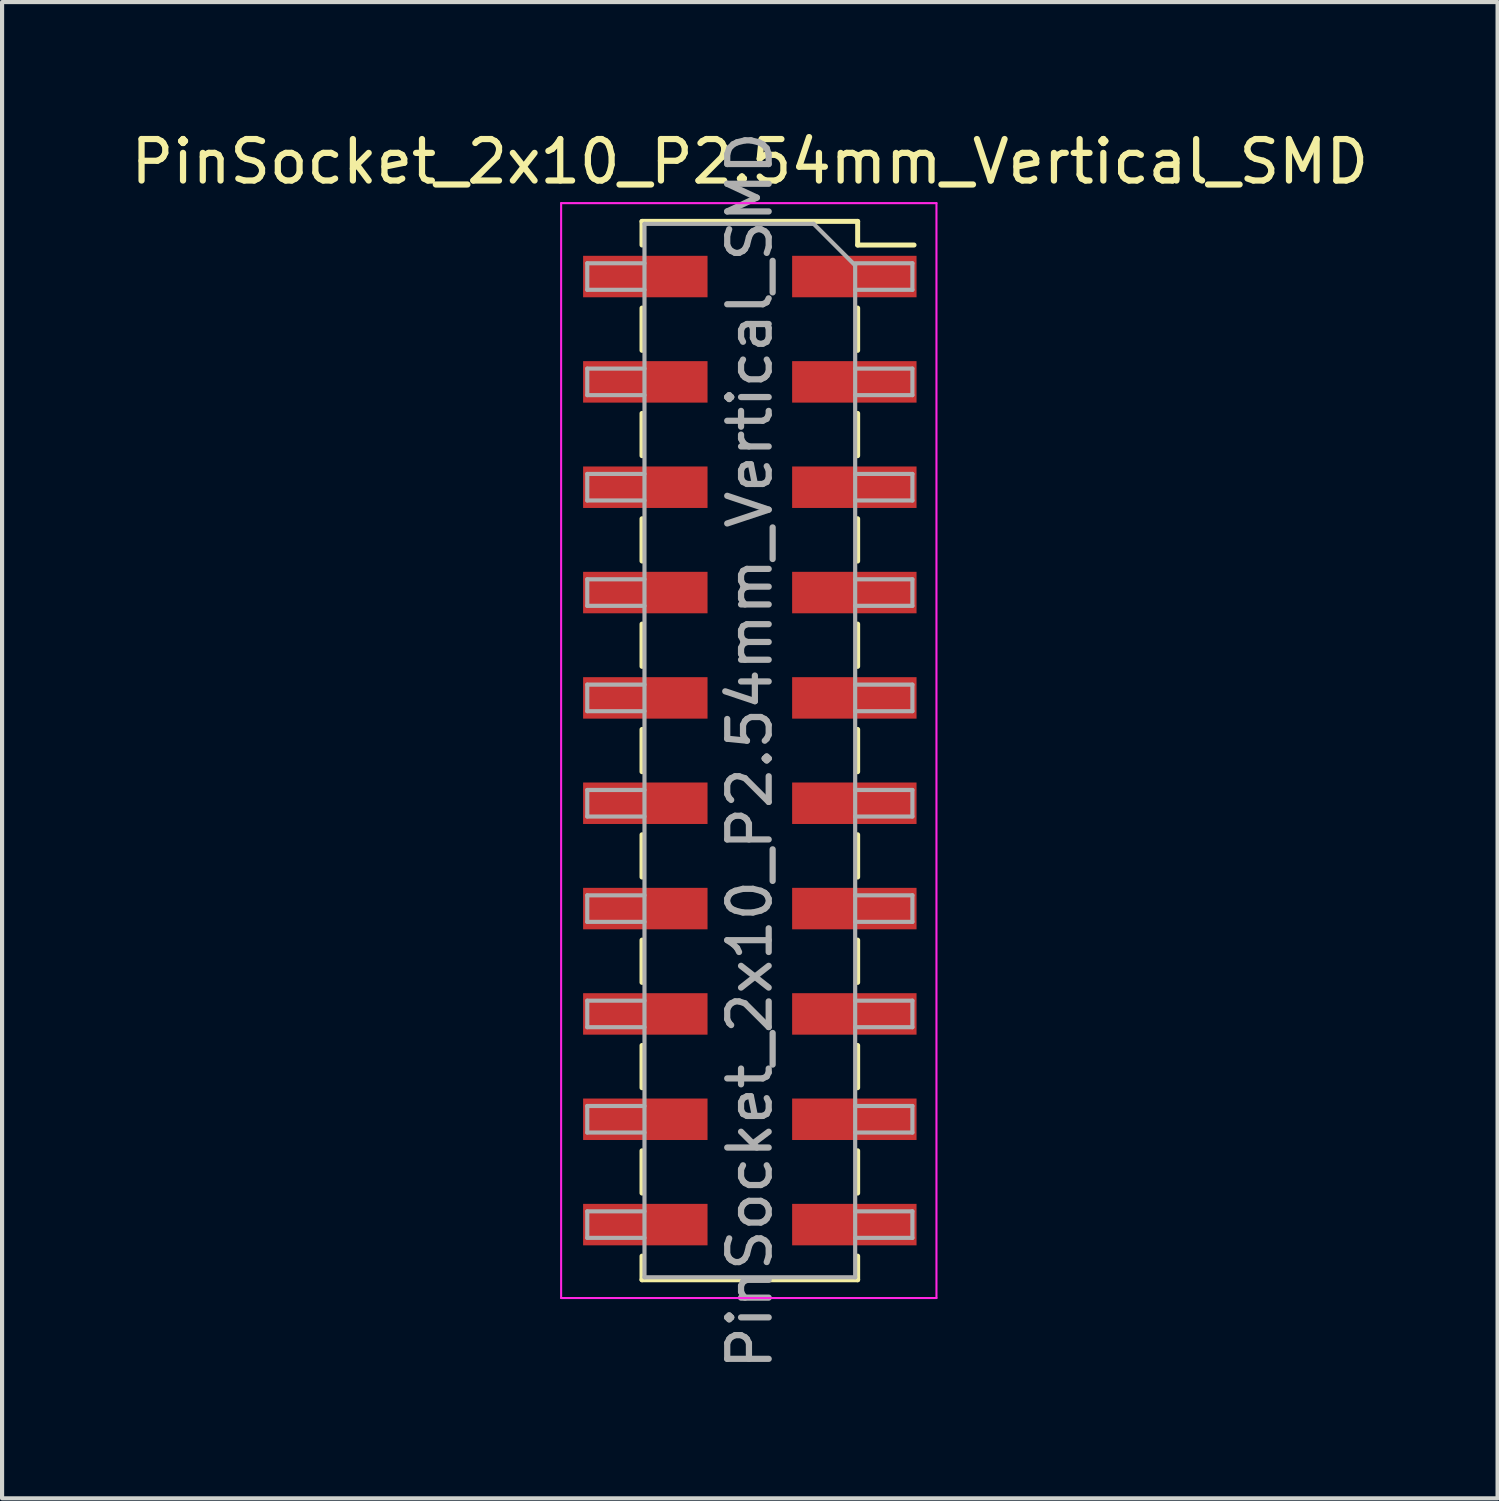
<source format=kicad_pcb>
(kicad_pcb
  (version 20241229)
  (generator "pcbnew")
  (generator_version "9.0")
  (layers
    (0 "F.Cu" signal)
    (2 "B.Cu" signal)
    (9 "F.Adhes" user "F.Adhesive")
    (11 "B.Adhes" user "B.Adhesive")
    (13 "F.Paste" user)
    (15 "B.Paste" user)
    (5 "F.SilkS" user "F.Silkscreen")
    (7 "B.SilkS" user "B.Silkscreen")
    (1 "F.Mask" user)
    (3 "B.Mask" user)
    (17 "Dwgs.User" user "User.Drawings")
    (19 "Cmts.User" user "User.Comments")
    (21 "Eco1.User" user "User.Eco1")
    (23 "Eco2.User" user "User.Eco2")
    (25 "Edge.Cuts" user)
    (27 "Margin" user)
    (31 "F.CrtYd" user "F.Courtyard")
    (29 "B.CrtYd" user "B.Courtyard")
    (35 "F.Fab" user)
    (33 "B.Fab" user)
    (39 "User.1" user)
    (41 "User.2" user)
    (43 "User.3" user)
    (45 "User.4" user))
  (footprint "PinSocket_2x10_P2.54mm_Vertical_SMD"
    (layer "F.Cu")
    (at 15.03 15.048)
    (property "Reference" "PinSocket_2x10_P2.54mm_Vertical_SMD" (at 0 -14.2 0) (layer "F.SilkS") (effects (font (size 1 1) (thickness 0.15))))
    (attr smd)
    (fp_line (start -2.6 -12.76) (end -2.6 -12.19) (stroke (width 0.12) (type solid)) (layer "F.SilkS"))
    (fp_line (start -2.6 -12.76) (end 2.6 -12.76) (stroke (width 0.12) (type solid)) (layer "F.SilkS"))
    (fp_line (start -2.6 -10.67) (end -2.6 -9.65) (stroke (width 0.12) (type solid)) (layer "F.SilkS"))
    (fp_line (start -2.6 -8.13) (end -2.6 -7.11) (stroke (width 0.12) (type solid)) (layer "F.SilkS"))
    (fp_line (start -2.6 -5.59) (end -2.6 -4.57) (stroke (width 0.12) (type solid)) (layer "F.SilkS"))
    (fp_line (start -2.6 -3.05) (end -2.6 -2.03) (stroke (width 0.12) (type solid)) (layer "F.SilkS"))
    (fp_line (start -2.6 -0.51) (end -2.6 0.51) (stroke (width 0.12) (type solid)) (layer "F.SilkS"))
    (fp_line (start -2.6 2.03) (end -2.6 3.05) (stroke (width 0.12) (type solid)) (layer "F.SilkS"))
    (fp_line (start -2.6 4.57) (end -2.6 5.59) (stroke (width 0.12) (type solid)) (layer "F.SilkS"))
    (fp_line (start -2.6 7.11) (end -2.6 8.13) (stroke (width 0.12) (type solid)) (layer "F.SilkS"))
    (fp_line (start -2.6 9.65) (end -2.6 10.67) (stroke (width 0.12) (type solid)) (layer "F.SilkS"))
    (fp_line (start -2.6 12.19) (end -2.6 12.76) (stroke (width 0.12) (type solid)) (layer "F.SilkS"))
    (fp_line (start -2.6 12.76) (end 2.6 12.76) (stroke (width 0.12) (type solid)) (layer "F.SilkS"))
    (fp_line (start 2.6 -12.76) (end 2.6 -12.19) (stroke (width 0.12) (type solid)) (layer "F.SilkS"))
    (fp_line (start 2.6 -12.19) (end 3.96 -12.19) (stroke (width 0.12) (type solid)) (layer "F.SilkS"))
    (fp_line (start 2.6 -10.67) (end 2.6 -9.65) (stroke (width 0.12) (type solid)) (layer "F.SilkS"))
    (fp_line (start 2.6 -8.13) (end 2.6 -7.11) (stroke (width 0.12) (type solid)) (layer "F.SilkS"))
    (fp_line (start 2.6 -5.59) (end 2.6 -4.57) (stroke (width 0.12) (type solid)) (layer "F.SilkS"))
    (fp_line (start 2.6 -3.05) (end 2.6 -2.03) (stroke (width 0.12) (type solid)) (layer "F.SilkS"))
    (fp_line (start 2.6 -0.51) (end 2.6 0.51) (stroke (width 0.12) (type solid)) (layer "F.SilkS"))
    (fp_line (start 2.6 2.03) (end 2.6 3.05) (stroke (width 0.12) (type solid)) (layer "F.SilkS"))
    (fp_line (start 2.6 4.57) (end 2.6 5.59) (stroke (width 0.12) (type solid)) (layer "F.SilkS"))
    (fp_line (start 2.6 7.11) (end 2.6 8.13) (stroke (width 0.12) (type solid)) (layer "F.SilkS"))
    (fp_line (start 2.6 9.65) (end 2.6 10.67) (stroke (width 0.12) (type solid)) (layer "F.SilkS"))
    (fp_line (start 2.6 12.19) (end 2.6 12.76) (stroke (width 0.12) (type solid)) (layer "F.SilkS"))
    (fp_line (start -4.55 -13.2) (end 4.5 -13.2) (stroke (width 0.05) (type solid)) (layer "F.CrtYd"))
    (fp_line (start -4.55 13.2) (end -4.55 -13.2) (stroke (width 0.05) (type solid)) (layer "F.CrtYd"))
    (fp_line (start 4.5 -13.2) (end 4.5 13.2) (stroke (width 0.05) (type solid)) (layer "F.CrtYd"))
    (fp_line (start 4.5 13.2) (end -4.55 13.2) (stroke (width 0.05) (type solid)) (layer "F.CrtYd"))
    (fp_line (start -3.92 -11.75) (end -2.54 -11.75) (stroke (width 0.1) (type solid)) (layer "F.Fab"))
    (fp_line (start -3.92 -11.11) (end -3.92 -11.75) (stroke (width 0.1) (type solid)) (layer "F.Fab"))
    (fp_line (start -3.92 -9.21) (end -2.54 -9.21) (stroke (width 0.1) (type solid)) (layer "F.Fab"))
    (fp_line (start -3.92 -8.57) (end -3.92 -9.21) (stroke (width 0.1) (type solid)) (layer "F.Fab"))
    (fp_line (start -3.92 -6.67) (end -2.54 -6.67) (stroke (width 0.1) (type solid)) (layer "F.Fab"))
    (fp_line (start -3.92 -6.03) (end -3.92 -6.67) (stroke (width 0.1) (type solid)) (layer "F.Fab"))
    (fp_line (start -3.92 -4.13) (end -2.54 -4.13) (stroke (width 0.1) (type solid)) (layer "F.Fab"))
    (fp_line (start -3.92 -3.49) (end -3.92 -4.13) (stroke (width 0.1) (type solid)) (layer "F.Fab"))
    (fp_line (start -3.92 -1.59) (end -2.54 -1.59) (stroke (width 0.1) (type solid)) (layer "F.Fab"))
    (fp_line (start -3.92 -0.95) (end -3.92 -1.59) (stroke (width 0.1) (type solid)) (layer "F.Fab"))
    (fp_line (start -3.92 0.95) (end -2.54 0.95) (stroke (width 0.1) (type solid)) (layer "F.Fab"))
    (fp_line (start -3.92 1.59) (end -3.92 0.95) (stroke (width 0.1) (type solid)) (layer "F.Fab"))
    (fp_line (start -3.92 3.49) (end -2.54 3.49) (stroke (width 0.1) (type solid)) (layer "F.Fab"))
    (fp_line (start -3.92 4.13) (end -3.92 3.49) (stroke (width 0.1) (type solid)) (layer "F.Fab"))
    (fp_line (start -3.92 6.03) (end -2.54 6.03) (stroke (width 0.1) (type solid)) (layer "F.Fab"))
    (fp_line (start -3.92 6.67) (end -3.92 6.03) (stroke (width 0.1) (type solid)) (layer "F.Fab"))
    (fp_line (start -3.92 8.57) (end -2.54 8.57) (stroke (width 0.1) (type solid)) (layer "F.Fab"))
    (fp_line (start -3.92 9.21) (end -3.92 8.57) (stroke (width 0.1) (type solid)) (layer "F.Fab"))
    (fp_line (start -3.92 11.11) (end -2.54 11.11) (stroke (width 0.1) (type solid)) (layer "F.Fab"))
    (fp_line (start -3.92 11.75) (end -3.92 11.11) (stroke (width 0.1) (type solid)) (layer "F.Fab"))
    (fp_line (start -2.54 -12.7) (end 1.54 -12.7) (stroke (width 0.1) (type solid)) (layer "F.Fab"))
    (fp_line (start -2.54 -11.11) (end -3.92 -11.11) (stroke (width 0.1) (type solid)) (layer "F.Fab"))
    (fp_line (start -2.54 -8.57) (end -3.92 -8.57) (stroke (width 0.1) (type solid)) (layer "F.Fab"))
    (fp_line (start -2.54 -6.03) (end -3.92 -6.03) (stroke (width 0.1) (type solid)) (layer "F.Fab"))
    (fp_line (start -2.54 -3.49) (end -3.92 -3.49) (stroke (width 0.1) (type solid)) (layer "F.Fab"))
    (fp_line (start -2.54 -0.95) (end -3.92 -0.95) (stroke (width 0.1) (type solid)) (layer "F.Fab"))
    (fp_line (start -2.54 1.59) (end -3.92 1.59) (stroke (width 0.1) (type solid)) (layer "F.Fab"))
    (fp_line (start -2.54 4.13) (end -3.92 4.13) (stroke (width 0.1) (type solid)) (layer "F.Fab"))
    (fp_line (start -2.54 6.67) (end -3.92 6.67) (stroke (width 0.1) (type solid)) (layer "F.Fab"))
    (fp_line (start -2.54 9.21) (end -3.92 9.21) (stroke (width 0.1) (type solid)) (layer "F.Fab"))
    (fp_line (start -2.54 11.75) (end -3.92 11.75) (stroke (width 0.1) (type solid)) (layer "F.Fab"))
    (fp_line (start -2.54 12.7) (end -2.54 -12.7) (stroke (width 0.1) (type solid)) (layer "F.Fab"))
    (fp_line (start 1.54 -12.7) (end 2.54 -11.7) (stroke (width 0.1) (type solid)) (layer "F.Fab"))
    (fp_line (start 2.54 -11.75) (end 3.92 -11.75) (stroke (width 0.1) (type solid)) (layer "F.Fab"))
    (fp_line (start 2.54 -11.7) (end 2.54 12.7) (stroke (width 0.1) (type solid)) (layer "F.Fab"))
    (fp_line (start 2.54 -9.21) (end 3.92 -9.21) (stroke (width 0.1) (type solid)) (layer "F.Fab"))
    (fp_line (start 2.54 -6.67) (end 3.92 -6.67) (stroke (width 0.1) (type solid)) (layer "F.Fab"))
    (fp_line (start 2.54 -4.13) (end 3.92 -4.13) (stroke (width 0.1) (type solid)) (layer "F.Fab"))
    (fp_line (start 2.54 -1.59) (end 3.92 -1.59) (stroke (width 0.1) (type solid)) (layer "F.Fab"))
    (fp_line (start 2.54 0.95) (end 3.92 0.95) (stroke (width 0.1) (type solid)) (layer "F.Fab"))
    (fp_line (start 2.54 3.49) (end 3.92 3.49) (stroke (width 0.1) (type solid)) (layer "F.Fab"))
    (fp_line (start 2.54 6.03) (end 3.92 6.03) (stroke (width 0.1) (type solid)) (layer "F.Fab"))
    (fp_line (start 2.54 8.57) (end 3.92 8.57) (stroke (width 0.1) (type solid)) (layer "F.Fab"))
    (fp_line (start 2.54 11.11) (end 3.92 11.11) (stroke (width 0.1) (type solid)) (layer "F.Fab"))
    (fp_line (start 2.54 12.7) (end -2.54 12.7) (stroke (width 0.1) (type solid)) (layer "F.Fab"))
    (fp_line (start 3.92 -11.75) (end 3.92 -11.11) (stroke (width 0.1) (type solid)) (layer "F.Fab"))
    (fp_line (start 3.92 -11.11) (end 2.54 -11.11) (stroke (width 0.1) (type solid)) (layer "F.Fab"))
    (fp_line (start 3.92 -9.21) (end 3.92 -8.57) (stroke (width 0.1) (type solid)) (layer "F.Fab"))
    (fp_line (start 3.92 -8.57) (end 2.54 -8.57) (stroke (width 0.1) (type solid)) (layer "F.Fab"))
    (fp_line (start 3.92 -6.67) (end 3.92 -6.03) (stroke (width 0.1) (type solid)) (layer "F.Fab"))
    (fp_line (start 3.92 -6.03) (end 2.54 -6.03) (stroke (width 0.1) (type solid)) (layer "F.Fab"))
    (fp_line (start 3.92 -4.13) (end 3.92 -3.49) (stroke (width 0.1) (type solid)) (layer "F.Fab"))
    (fp_line (start 3.92 -3.49) (end 2.54 -3.49) (stroke (width 0.1) (type solid)) (layer "F.Fab"))
    (fp_line (start 3.92 -1.59) (end 3.92 -0.95) (stroke (width 0.1) (type solid)) (layer "F.Fab"))
    (fp_line (start 3.92 -0.95) (end 2.54 -0.95) (stroke (width 0.1) (type solid)) (layer "F.Fab"))
    (fp_line (start 3.92 0.95) (end 3.92 1.59) (stroke (width 0.1) (type solid)) (layer "F.Fab"))
    (fp_line (start 3.92 1.59) (end 2.54 1.59) (stroke (width 0.1) (type solid)) (layer "F.Fab"))
    (fp_line (start 3.92 3.49) (end 3.92 4.13) (stroke (width 0.1) (type solid)) (layer "F.Fab"))
    (fp_line (start 3.92 4.13) (end 2.54 4.13) (stroke (width 0.1) (type solid)) (layer "F.Fab"))
    (fp_line (start 3.92 6.03) (end 3.92 6.67) (stroke (width 0.1) (type solid)) (layer "F.Fab"))
    (fp_line (start 3.92 6.67) (end 2.54 6.67) (stroke (width 0.1) (type solid)) (layer "F.Fab"))
    (fp_line (start 3.92 8.57) (end 3.92 9.21) (stroke (width 0.1) (type solid)) (layer "F.Fab"))
    (fp_line (start 3.92 9.21) (end 2.54 9.21) (stroke (width 0.1) (type solid)) (layer "F.Fab"))
    (fp_line (start 3.92 11.11) (end 3.92 11.75) (stroke (width 0.1) (type solid)) (layer "F.Fab"))
    (fp_line (start 3.92 11.75) (end 2.54 11.75) (stroke (width 0.1) (type solid)) (layer "F.Fab"))
    (fp_text user "${REFERENCE}" (at 0 0 90) (layer "F.Fab") (effects (font (size 1 1) (thickness 0.15))))
    (pad "1" smd rect (at 2.52 -11.43) (size 3 1) (layers "F.Cu" "F.Mask" "F.Paste"))
    (pad "2" smd rect (at -2.52 -11.43) (size 3 1) (layers "F.Cu" "F.Mask" "F.Paste"))
    (pad "3" smd rect (at 2.52 -8.89) (size 3 1) (layers "F.Cu" "F.Mask" "F.Paste"))
    (pad "4" smd rect (at -2.52 -8.89) (size 3 1) (layers "F.Cu" "F.Mask" "F.Paste"))
    (pad "5" smd rect (at 2.52 -6.35) (size 3 1) (layers "F.Cu" "F.Mask" "F.Paste"))
    (pad "6" smd rect (at -2.52 -6.35) (size 3 1) (layers "F.Cu" "F.Mask" "F.Paste"))
    (pad "7" smd rect (at 2.52 -3.81) (size 3 1) (layers "F.Cu" "F.Mask" "F.Paste"))
    (pad "8" smd rect (at -2.52 -3.81) (size 3 1) (layers "F.Cu" "F.Mask" "F.Paste"))
    (pad "9" smd rect (at 2.52 -1.27) (size 3 1) (layers "F.Cu" "F.Mask" "F.Paste"))
    (pad "10" smd rect (at -2.52 -1.27) (size 3 1) (layers "F.Cu" "F.Mask" "F.Paste"))
    (pad "11" smd rect (at 2.52 1.27) (size 3 1) (layers "F.Cu" "F.Mask" "F.Paste"))
    (pad "12" smd rect (at -2.52 1.27) (size 3 1) (layers "F.Cu" "F.Mask" "F.Paste"))
    (pad "13" smd rect (at 2.52 3.81) (size 3 1) (layers "F.Cu" "F.Mask" "F.Paste"))
    (pad "14" smd rect (at -2.52 3.81) (size 3 1) (layers "F.Cu" "F.Mask" "F.Paste"))
    (pad "15" smd rect (at 2.52 6.35) (size 3 1) (layers "F.Cu" "F.Mask" "F.Paste"))
    (pad "16" smd rect (at -2.52 6.35) (size 3 1) (layers "F.Cu" "F.Mask" "F.Paste"))
    (pad "17" smd rect (at 2.52 8.89) (size 3 1) (layers "F.Cu" "F.Mask" "F.Paste"))
    (pad "18" smd rect (at -2.52 8.89) (size 3 1) (layers "F.Cu" "F.Mask" "F.Paste"))
    (pad "19" smd rect (at 2.52 11.43) (size 3 1) (layers "F.Cu" "F.Mask" "F.Paste"))
    (pad "20" smd rect (at -2.52 11.43) (size 3 1) (layers "F.Cu" "F.Mask" "F.Paste")))
  (gr_rect
    (start -3 -3)
    (end 33.06 33.078)
    (stroke (width 0.1) (type default))
    (fill no)
    (layer "Edge.Cuts")))
</source>
